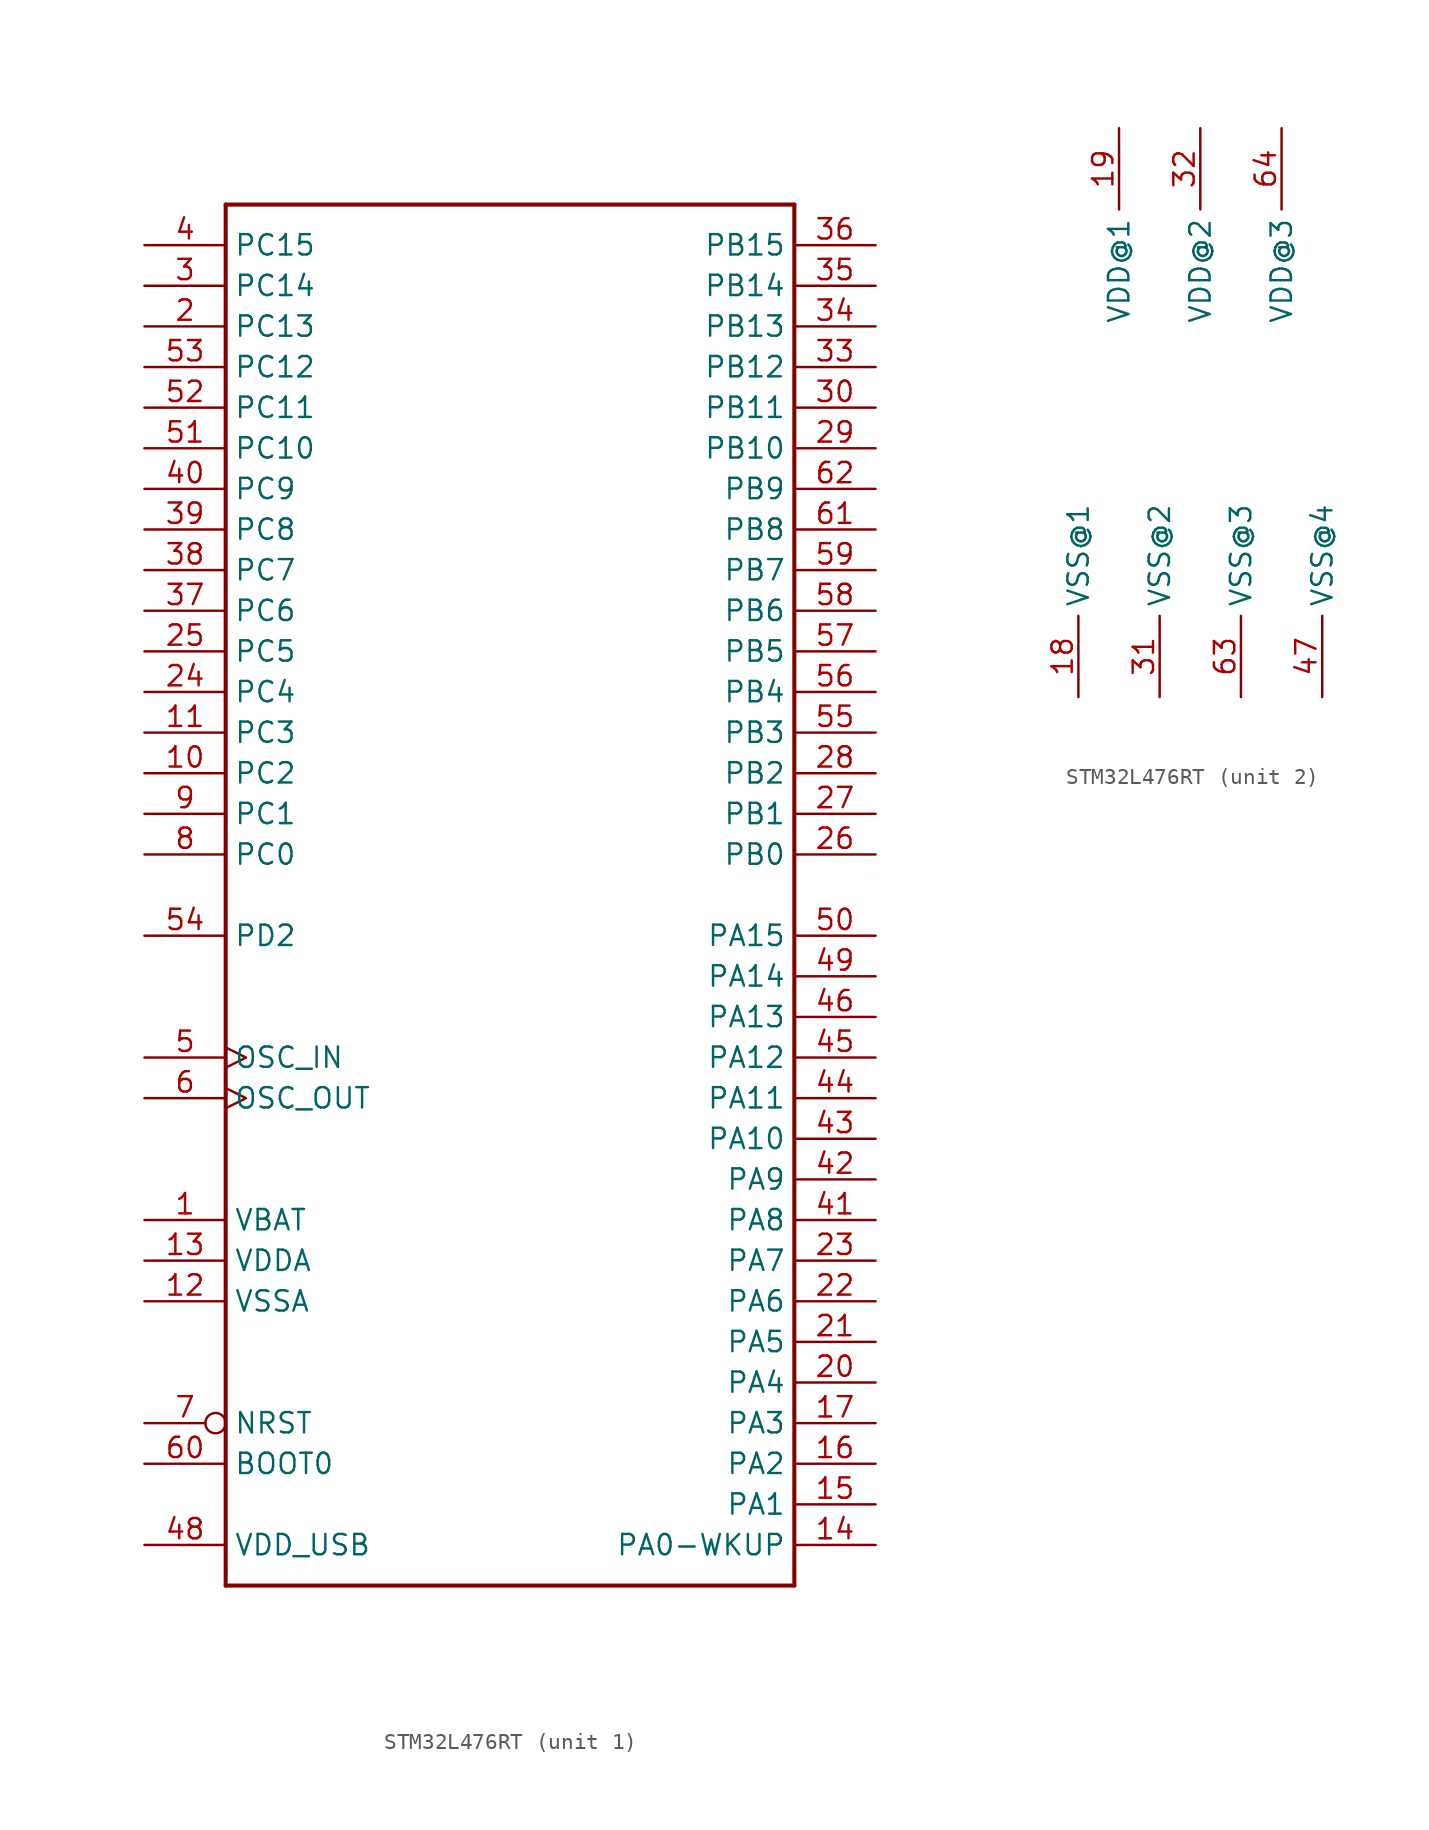
<source format=kicad_sym>
(kicad_symbol_lib
  (version 20220914)
  (generator kicad_symbol_editor)
  (symbol "STM32L476RT"
    (property "Reference" ""
      (at -5.08 45.72 0)
      (effects (font (size 1.778 1.511)) (justify left bottom) hide))
    (property "ki_locked" ""
      (at 0 0 0)
      (effects (font (size 1.27 1.27))))
    (symbol "STM32L476RT_1_0"
      (polyline (pts (xy -17.78 -43.18) (xy -17.78 43.18)) (stroke (width 0.254) (type solid)) (fill (type none)))
      (polyline (pts (xy -17.78 43.18) (xy 17.78 43.18)) (stroke (width 0.254) (type solid)) (fill (type none)))
      (polyline (pts (xy 17.78 -43.18) (xy -17.78 -43.18)) (stroke (width 0.254) (type solid)) (fill (type none)))
      (polyline (pts (xy 17.78 43.18) (xy 17.78 -43.18)) (stroke (width 0.254) (type solid)) (fill (type none)))
      (pin power_in line (at -22.86 -20.32 0) (length 5.08) (name "VBAT" (effects (font (size 1.27 1.27)))) (number "1" (effects (font (size 1.27 1.27)))))
      (pin bidirectional line (at -22.86 7.62 0) (length 5.08) (name "PC2" (effects (font (size 1.27 1.27)))) (number "10" (effects (font (size 1.27 1.27)))))
      (pin bidirectional line (at -22.86 10.16 0) (length 5.08) (name "PC3" (effects (font (size 1.27 1.27)))) (number "11" (effects (font (size 1.27 1.27)))))
      (pin power_in line (at -22.86 -25.4 0) (length 5.08) (name "VSSA" (effects (font (size 1.27 1.27)))) (number "12" (effects (font (size 1.27 1.27)))))
      (pin power_in line (at -22.86 -22.86 0) (length 5.08) (name "VDDA" (effects (font (size 1.27 1.27)))) (number "13" (effects (font (size 1.27 1.27)))))
      (pin bidirectional line (at 22.86 -40.64 180) (length 5.08) (name "PA0-WKUP" (effects (font (size 1.27 1.27)))) (number "14" (effects (font (size 1.27 1.27)))))
      (pin bidirectional line (at 22.86 -38.1 180) (length 5.08) (name "PA1" (effects (font (size 1.27 1.27)))) (number "15" (effects (font (size 1.27 1.27)))))
      (pin bidirectional line (at 22.86 -35.56 180) (length 5.08) (name "PA2" (effects (font (size 1.27 1.27)))) (number "16" (effects (font (size 1.27 1.27)))))
      (pin bidirectional line (at 22.86 -33.02 180) (length 5.08) (name "PA3" (effects (font (size 1.27 1.27)))) (number "17" (effects (font (size 1.27 1.27)))))
      (pin bidirectional line (at -22.86 35.56 0) (length 5.08) (name "PC13" (effects (font (size 1.27 1.27)))) (number "2" (effects (font (size 1.27 1.27)))))
      (pin bidirectional line (at 22.86 -30.48 180) (length 5.08) (name "PA4" (effects (font (size 1.27 1.27)))) (number "20" (effects (font (size 1.27 1.27)))))
      (pin bidirectional line (at 22.86 -27.94 180) (length 5.08) (name "PA5" (effects (font (size 1.27 1.27)))) (number "21" (effects (font (size 1.27 1.27)))))
      (pin bidirectional line (at 22.86 -25.4 180) (length 5.08) (name "PA6" (effects (font (size 1.27 1.27)))) (number "22" (effects (font (size 1.27 1.27)))))
      (pin bidirectional line (at 22.86 -22.86 180) (length 5.08) (name "PA7" (effects (font (size 1.27 1.27)))) (number "23" (effects (font (size 1.27 1.27)))))
      (pin bidirectional line (at -22.86 12.7 0) (length 5.08) (name "PC4" (effects (font (size 1.27 1.27)))) (number "24" (effects (font (size 1.27 1.27)))))
      (pin bidirectional line (at -22.86 15.24 0) (length 5.08) (name "PC5" (effects (font (size 1.27 1.27)))) (number "25" (effects (font (size 1.27 1.27)))))
      (pin bidirectional line (at 22.86 2.54 180) (length 5.08) (name "PB0" (effects (font (size 1.27 1.27)))) (number "26" (effects (font (size 1.27 1.27)))))
      (pin bidirectional line (at 22.86 5.08 180) (length 5.08) (name "PB1" (effects (font (size 1.27 1.27)))) (number "27" (effects (font (size 1.27 1.27)))))
      (pin bidirectional line (at 22.86 7.62 180) (length 5.08) (name "PB2" (effects (font (size 1.27 1.27)))) (number "28" (effects (font (size 1.27 1.27)))))
      (pin bidirectional line (at 22.86 27.94 180) (length 5.08) (name "PB10" (effects (font (size 1.27 1.27)))) (number "29" (effects (font (size 1.27 1.27)))))
      (pin bidirectional line (at -22.86 38.1 0) (length 5.08) (name "PC14" (effects (font (size 1.27 1.27)))) (number "3" (effects (font (size 1.27 1.27)))))
      (pin bidirectional line (at 22.86 30.48 180) (length 5.08) (name "PB11" (effects (font (size 1.27 1.27)))) (number "30" (effects (font (size 1.27 1.27)))))
      (pin bidirectional line (at 22.86 33.02 180) (length 5.08) (name "PB12" (effects (font (size 1.27 1.27)))) (number "33" (effects (font (size 1.27 1.27)))))
      (pin bidirectional line (at 22.86 35.56 180) (length 5.08) (name "PB13" (effects (font (size 1.27 1.27)))) (number "34" (effects (font (size 1.27 1.27)))))
      (pin bidirectional line (at 22.86 38.1 180) (length 5.08) (name "PB14" (effects (font (size 1.27 1.27)))) (number "35" (effects (font (size 1.27 1.27)))))
      (pin bidirectional line (at 22.86 40.64 180) (length 5.08) (name "PB15" (effects (font (size 1.27 1.27)))) (number "36" (effects (font (size 1.27 1.27)))))
      (pin bidirectional line (at -22.86 17.78 0) (length 5.08) (name "PC6" (effects (font (size 1.27 1.27)))) (number "37" (effects (font (size 1.27 1.27)))))
      (pin bidirectional line (at -22.86 20.32 0) (length 5.08) (name "PC7" (effects (font (size 1.27 1.27)))) (number "38" (effects (font (size 1.27 1.27)))))
      (pin bidirectional line (at -22.86 22.86 0) (length 5.08) (name "PC8" (effects (font (size 1.27 1.27)))) (number "39" (effects (font (size 1.27 1.27)))))
      (pin bidirectional line (at -22.86 40.64 0) (length 5.08) (name "PC15" (effects (font (size 1.27 1.27)))) (number "4" (effects (font (size 1.27 1.27)))))
      (pin bidirectional line (at -22.86 25.4 0) (length 5.08) (name "PC9" (effects (font (size 1.27 1.27)))) (number "40" (effects (font (size 1.27 1.27)))))
      (pin bidirectional line (at 22.86 -20.32 180) (length 5.08) (name "PA8" (effects (font (size 1.27 1.27)))) (number "41" (effects (font (size 1.27 1.27)))))
      (pin bidirectional line (at 22.86 -17.78 180) (length 5.08) (name "PA9" (effects (font (size 1.27 1.27)))) (number "42" (effects (font (size 1.27 1.27)))))
      (pin bidirectional line (at 22.86 -15.24 180) (length 5.08) (name "PA10" (effects (font (size 1.27 1.27)))) (number "43" (effects (font (size 1.27 1.27)))))
      (pin bidirectional line (at 22.86 -12.7 180) (length 5.08) (name "PA11" (effects (font (size 1.27 1.27)))) (number "44" (effects (font (size 1.27 1.27)))))
      (pin bidirectional line (at 22.86 -10.16 180) (length 5.08) (name "PA12" (effects (font (size 1.27 1.27)))) (number "45" (effects (font (size 1.27 1.27)))))
      (pin bidirectional line (at 22.86 -7.62 180) (length 5.08) (name "PA13" (effects (font (size 1.27 1.27)))) (number "46" (effects (font (size 1.27 1.27)))))
      (pin power_in line (at -22.86 -40.64 0) (length 5.08) (name "VDD_USB" (effects (font (size 1.27 1.27)))) (number "48" (effects (font (size 1.27 1.27)))))
      (pin bidirectional line (at 22.86 -5.08 180) (length 5.08) (name "PA14" (effects (font (size 1.27 1.27)))) (number "49" (effects (font (size 1.27 1.27)))))
      (pin bidirectional clock (at -22.86 -10.16 0) (length 5.08) (name "OSC_IN" (effects (font (size 1.27 1.27)))) (number "5" (effects (font (size 1.27 1.27)))))
      (pin bidirectional line (at 22.86 -2.54 180) (length 5.08) (name "PA15" (effects (font (size 1.27 1.27)))) (number "50" (effects (font (size 1.27 1.27)))))
      (pin bidirectional line (at -22.86 27.94 0) (length 5.08) (name "PC10" (effects (font (size 1.27 1.27)))) (number "51" (effects (font (size 1.27 1.27)))))
      (pin bidirectional line (at -22.86 30.48 0) (length 5.08) (name "PC11" (effects (font (size 1.27 1.27)))) (number "52" (effects (font (size 1.27 1.27)))))
      (pin bidirectional line (at -22.86 33.02 0) (length 5.08) (name "PC12" (effects (font (size 1.27 1.27)))) (number "53" (effects (font (size 1.27 1.27)))))
      (pin bidirectional line (at -22.86 -2.54 0) (length 5.08) (name "PD2" (effects (font (size 1.27 1.27)))) (number "54" (effects (font (size 1.27 1.27)))))
      (pin bidirectional line (at 22.86 10.16 180) (length 5.08) (name "PB3" (effects (font (size 1.27 1.27)))) (number "55" (effects (font (size 1.27 1.27)))))
      (pin bidirectional line (at 22.86 12.7 180) (length 5.08) (name "PB4" (effects (font (size 1.27 1.27)))) (number "56" (effects (font (size 1.27 1.27)))))
      (pin bidirectional line (at 22.86 15.24 180) (length 5.08) (name "PB5" (effects (font (size 1.27 1.27)))) (number "57" (effects (font (size 1.27 1.27)))))
      (pin bidirectional line (at 22.86 17.78 180) (length 5.08) (name "PB6" (effects (font (size 1.27 1.27)))) (number "58" (effects (font (size 1.27 1.27)))))
      (pin bidirectional line (at 22.86 20.32 180) (length 5.08) (name "PB7" (effects (font (size 1.27 1.27)))) (number "59" (effects (font (size 1.27 1.27)))))
      (pin bidirectional clock (at -22.86 -12.7 0) (length 5.08) (name "OSC_OUT" (effects (font (size 1.27 1.27)))) (number "6" (effects (font (size 1.27 1.27)))))
      (pin input line (at -22.86 -35.56 0) (length 5.08) (name "BOOT0" (effects (font (size 1.27 1.27)))) (number "60" (effects (font (size 1.27 1.27)))))
      (pin bidirectional line (at 22.86 22.86 180) (length 5.08) (name "PB8" (effects (font (size 1.27 1.27)))) (number "61" (effects (font (size 1.27 1.27)))))
      (pin bidirectional line (at 22.86 25.4 180) (length 5.08) (name "PB9" (effects (font (size 1.27 1.27)))) (number "62" (effects (font (size 1.27 1.27)))))
      (pin bidirectional inverted (at -22.86 -33.02 0) (length 5.08) (name "NRST" (effects (font (size 1.27 1.27)))) (number "7" (effects (font (size 1.27 1.27)))))
      (pin bidirectional line (at -22.86 2.54 0) (length 5.08) (name "PC0" (effects (font (size 1.27 1.27)))) (number "8" (effects (font (size 1.27 1.27)))))
      (pin bidirectional line (at -22.86 5.08 0) (length 5.08) (name "PC1" (effects (font (size 1.27 1.27)))) (number "9" (effects (font (size 1.27 1.27))))))
    (symbol "STM32L476RT_2_0"
      (pin power_in line (at -7.62 -17.78 90) (length 5.08) (name "VSS@1" (effects (font (size 1.27 1.27)))) (number "18" (effects (font (size 1.27 1.27)))))
      (pin power_in line (at -5.08 17.78 270) (length 5.08) (name "VDD@1" (effects (font (size 1.27 1.27)))) (number "19" (effects (font (size 1.27 1.27)))))
      (pin power_in line (at -2.54 -17.78 90) (length 5.08) (name "VSS@2" (effects (font (size 1.27 1.27)))) (number "31" (effects (font (size 1.27 1.27)))))
      (pin power_in line (at 0 17.78 270) (length 5.08) (name "VDD@2" (effects (font (size 1.27 1.27)))) (number "32" (effects (font (size 1.27 1.27)))))
      (pin power_in line (at 7.62 -17.78 90) (length 5.08) (name "VSS@4" (effects (font (size 1.27 1.27)))) (number "47" (effects (font (size 1.27 1.27)))))
      (pin power_in line (at 2.54 -17.78 90) (length 5.08) (name "VSS@3" (effects (font (size 1.27 1.27)))) (number "63" (effects (font (size 1.27 1.27)))))
      (pin power_in line (at 5.08 17.78 270) (length 5.08) (name "VDD@3" (effects (font (size 1.27 1.27)))) (number "64" (effects (font (size 1.27 1.27))))))))
</source>
